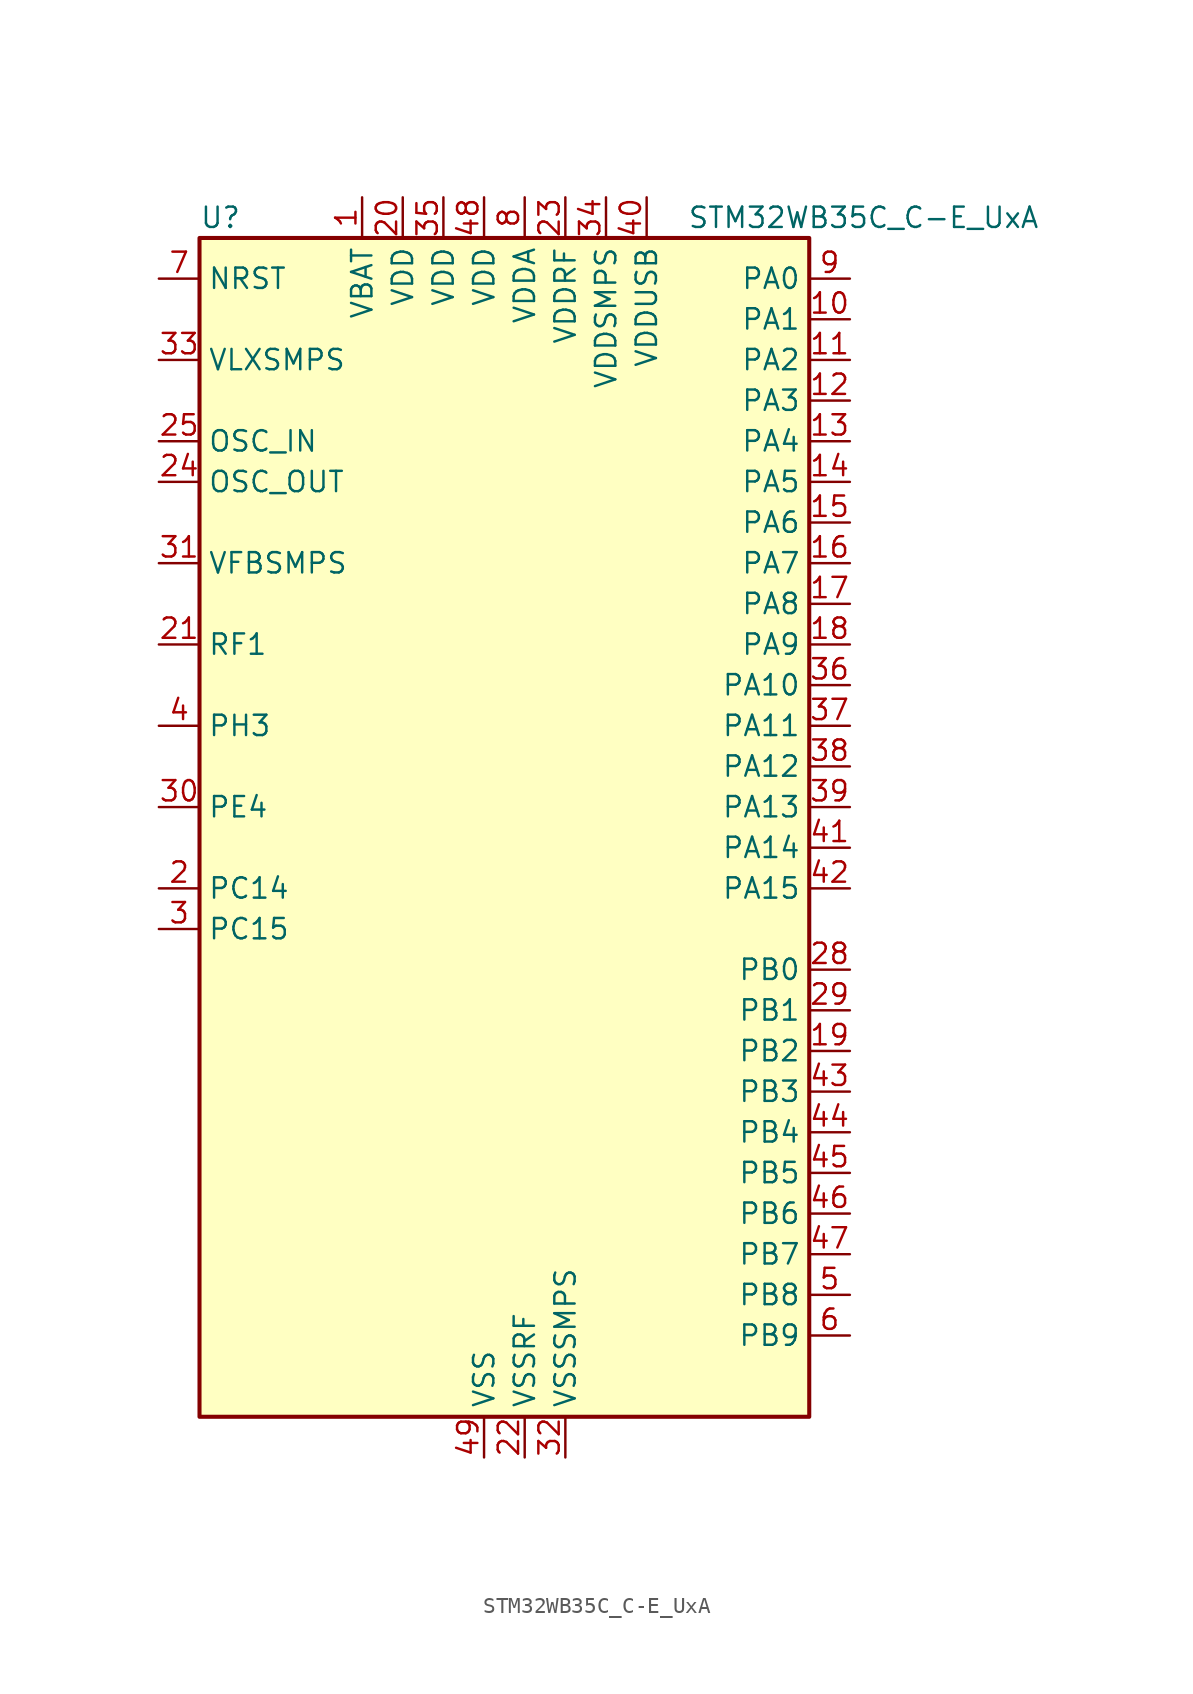
<source format=kicad_sym>
(kicad_symbol_lib
  (version 20220914)
  (generator kicad_symbol_editor)
  (symbol "STM32WB35C_C-E_UxA"
    (property "Reference" "U"
      (at -17.78 39.37 0)
      (effects (font (size 1.27 1.27)) (justify left)))
    (property "Value" "STM32WB35C_C-E_UxA"
      (at 12.7 39.37 0)
      (effects (font (size 1.27 1.27)) (justify left)))
    (property "ki_locked" ""
      (at 0 0 0)
      (effects (font (size 1.27 1.27))))
    (symbol "STM32WB35C_C-E_UxA_0_1"
      (rectangle (start -17.78 -35.56) (end 20.32 38.1) (stroke (width 0.254) (type default)) (fill (type background))))
    (symbol "STM32WB35C_C-E_UxA_1_1"
      (pin power_in line (at -7.62 40.64 270) (length 2.54) (name "VBAT" (effects (font (size 1.27 1.27)))) (number "1" (effects (font (size 1.27 1.27)))))
      (pin bidirectional line (at 22.86 33.02 180) (length 2.54) (name "PA1" (effects (font (size 1.27 1.27)))) (number "10" (effects (font (size 1.27 1.27)))) (alternate "ADC1_IN6" bidirectional line) (alternate "COMP1_INP" bidirectional line) (alternate "I2C1_SMBA" bidirectional line) (alternate "SPI1_SCK" bidirectional line) (alternate "TIM2_CH2" bidirectional line))
      (pin bidirectional line (at 22.86 30.48 180) (length 2.54) (name "PA2" (effects (font (size 1.27 1.27)))) (number "11" (effects (font (size 1.27 1.27)))) (alternate "ADC1_IN7" bidirectional line) (alternate "COMP2_INM" bidirectional line) (alternate "COMP2_OUT" bidirectional line) (alternate "LPUART1_TX" bidirectional line) (alternate "QUADSPI_BK1_NCS" bidirectional line) (alternate "RCC_LSCO" bidirectional line) (alternate "SYS_WKUP4" bidirectional line) (alternate "TIM2_CH3" bidirectional line))
      (pin bidirectional line (at 22.86 27.94 180) (length 2.54) (name "PA3" (effects (font (size 1.27 1.27)))) (number "12" (effects (font (size 1.27 1.27)))) (alternate "ADC1_IN8" bidirectional line) (alternate "COMP2_INP" bidirectional line) (alternate "LPUART1_RX" bidirectional line) (alternate "QUADSPI_CLK" bidirectional line) (alternate "SAI1_CK1" bidirectional line) (alternate "SAI1_MCLK_A" bidirectional line) (alternate "TIM2_CH4" bidirectional line))
      (pin bidirectional line (at 22.86 25.4 180) (length 2.54) (name "PA4" (effects (font (size 1.27 1.27)))) (number "13" (effects (font (size 1.27 1.27)))) (alternate "ADC1_IN9" bidirectional line) (alternate "COMP1_INM" bidirectional line) (alternate "COMP2_INM" bidirectional line) (alternate "LPTIM2_OUT" bidirectional line) (alternate "SAI1_FS_B" bidirectional line) (alternate "SPI1_NSS" bidirectional line))
      (pin bidirectional line (at 22.86 22.86 180) (length 2.54) (name "PA5" (effects (font (size 1.27 1.27)))) (number "14" (effects (font (size 1.27 1.27)))) (alternate "ADC1_IN10" bidirectional line) (alternate "COMP1_INM" bidirectional line) (alternate "COMP2_INM" bidirectional line) (alternate "LPTIM2_ETR" bidirectional line) (alternate "SAI1_SD_B" bidirectional line) (alternate "SPI1_SCK" bidirectional line) (alternate "TIM2_CH1" bidirectional line) (alternate "TIM2_ETR" bidirectional line))
      (pin bidirectional line (at 22.86 20.32 180) (length 2.54) (name "PA6" (effects (font (size 1.27 1.27)))) (number "15" (effects (font (size 1.27 1.27)))) (alternate "ADC1_IN11" bidirectional line) (alternate "LPUART1_CTS" bidirectional line) (alternate "QUADSPI_BK1_IO3" bidirectional line) (alternate "SPI1_MISO" bidirectional line) (alternate "TIM16_CH1" bidirectional line) (alternate "TIM1_BKIN" bidirectional line))
      (pin bidirectional line (at 22.86 17.78 180) (length 2.54) (name "PA7" (effects (font (size 1.27 1.27)))) (number "16" (effects (font (size 1.27 1.27)))) (alternate "ADC1_IN12" bidirectional line) (alternate "COMP2_OUT" bidirectional line) (alternate "I2C3_SCL" bidirectional line) (alternate "QUADSPI_BK1_IO2" bidirectional line) (alternate "SPI1_MOSI" bidirectional line) (alternate "TIM17_CH1" bidirectional line) (alternate "TIM1_CH1N" bidirectional line))
      (pin bidirectional line (at 22.86 15.24 180) (length 2.54) (name "PA8" (effects (font (size 1.27 1.27)))) (number "17" (effects (font (size 1.27 1.27)))) (alternate "ADC1_IN15" bidirectional line) (alternate "LPTIM2_OUT" bidirectional line) (alternate "RCC_MCO" bidirectional line) (alternate "SAI1_CK2" bidirectional line) (alternate "SAI1_SCK_A" bidirectional line) (alternate "TIM1_CH1" bidirectional line) (alternate "USART1_CK" bidirectional line))
      (pin bidirectional line (at 22.86 12.7 180) (length 2.54) (name "PA9" (effects (font (size 1.27 1.27)))) (number "18" (effects (font (size 1.27 1.27)))) (alternate "ADC1_IN16" bidirectional line) (alternate "COMP1_INM" bidirectional line) (alternate "I2C1_SCL" bidirectional line) (alternate "SAI1_D2" bidirectional line) (alternate "SAI1_FS_A" bidirectional line) (alternate "TIM1_CH2" bidirectional line) (alternate "USART1_TX" bidirectional line))
      (pin bidirectional line (at 22.86 -12.7 180) (length 2.54) (name "PB2" (effects (font (size 1.27 1.27)))) (number "19" (effects (font (size 1.27 1.27)))) (alternate "COMP1_INP" bidirectional line) (alternate "I2C3_SMBA" bidirectional line) (alternate "LPTIM1_OUT" bidirectional line) (alternate "RTC_OUT2" bidirectional line) (alternate "SAI1_EXTCLK" bidirectional line) (alternate "SPI1_NSS" bidirectional line))
      (pin bidirectional line (at -20.32 -2.54 0) (length 2.54) (name "PC14" (effects (font (size 1.27 1.27)))) (number "2" (effects (font (size 1.27 1.27)))) (alternate "RCC_OSC32_IN" bidirectional line))
      (pin power_in line (at -5.08 40.64 270) (length 2.54) (name "VDD" (effects (font (size 1.27 1.27)))) (number "20" (effects (font (size 1.27 1.27)))))
      (pin bidirectional line (at -20.32 12.7 0) (length 2.54) (name "RF1" (effects (font (size 1.27 1.27)))) (number "21" (effects (font (size 1.27 1.27)))) (alternate "RF_RF1" bidirectional line))
      (pin power_in line (at 2.54 -38.1 90) (length 2.54) (name "VSSRF" (effects (font (size 1.27 1.27)))) (number "22" (effects (font (size 1.27 1.27)))))
      (pin power_in line (at 5.08 40.64 270) (length 2.54) (name "VDDRF" (effects (font (size 1.27 1.27)))) (number "23" (effects (font (size 1.27 1.27)))))
      (pin input line (at -20.32 22.86 0) (length 2.54) (name "OSC_OUT" (effects (font (size 1.27 1.27)))) (number "24" (effects (font (size 1.27 1.27)))) (alternate "RCC_OSC_OUT" bidirectional line))
      (pin input line (at -20.32 25.4 0) (length 2.54) (name "OSC_IN" (effects (font (size 1.27 1.27)))) (number "25" (effects (font (size 1.27 1.27)))) (alternate "RCC_OSC_IN" bidirectional line))
      (pin no_connect line (at -17.78 -35.56 0) (length 2.54) hide (name "AT0" (effects (font (size 1.27 1.27)))) (number "26" (effects (font (size 1.27 1.27)))))
      (pin no_connect line (at -17.78 -33.02 0) (length 2.54) hide (name "AT1" (effects (font (size 1.27 1.27)))) (number "27" (effects (font (size 1.27 1.27)))))
      (pin bidirectional line (at 22.86 -7.62 180) (length 2.54) (name "PB0" (effects (font (size 1.27 1.27)))) (number "28" (effects (font (size 1.27 1.27)))) (alternate "COMP1_OUT" bidirectional line) (alternate "RF_TX_MOD_EXT_PA" bidirectional line))
      (pin bidirectional line (at 22.86 -10.16 180) (length 2.54) (name "PB1" (effects (font (size 1.27 1.27)))) (number "29" (effects (font (size 1.27 1.27)))) (alternate "LPTIM2_IN1" bidirectional line) (alternate "LPUART1_DE" bidirectional line) (alternate "LPUART1_RTS" bidirectional line))
      (pin bidirectional line (at -20.32 -5.08 0) (length 2.54) (name "PC15" (effects (font (size 1.27 1.27)))) (number "3" (effects (font (size 1.27 1.27)))) (alternate "ADC1_EXTI15" bidirectional line) (alternate "RCC_OSC32_OUT" bidirectional line))
      (pin bidirectional line (at -20.32 2.54 0) (length 2.54) (name "PE4" (effects (font (size 1.27 1.27)))) (number "30" (effects (font (size 1.27 1.27)))))
      (pin input line (at -20.32 17.78 0) (length 2.54) (name "VFBSMPS" (effects (font (size 1.27 1.27)))) (number "31" (effects (font (size 1.27 1.27)))))
      (pin power_in line (at 5.08 -38.1 90) (length 2.54) (name "VSSSMPS" (effects (font (size 1.27 1.27)))) (number "32" (effects (font (size 1.27 1.27)))))
      (pin power_in line (at -20.32 30.48 0) (length 2.54) (name "VLXSMPS" (effects (font (size 1.27 1.27)))) (number "33" (effects (font (size 1.27 1.27)))))
      (pin power_in line (at 7.62 40.64 270) (length 2.54) (name "VDDSMPS" (effects (font (size 1.27 1.27)))) (number "34" (effects (font (size 1.27 1.27)))))
      (pin power_in line (at -2.54 40.64 270) (length 2.54) (name "VDD" (effects (font (size 1.27 1.27)))) (number "35" (effects (font (size 1.27 1.27)))))
      (pin bidirectional line (at 22.86 10.16 180) (length 2.54) (name "PA10" (effects (font (size 1.27 1.27)))) (number "36" (effects (font (size 1.27 1.27)))) (alternate "CRS_SYNC" bidirectional line) (alternate "I2C1_SDA" bidirectional line) (alternate "SAI1_D1" bidirectional line) (alternate "SAI1_SD_A" bidirectional line) (alternate "TIM17_BKIN" bidirectional line) (alternate "TIM1_CH3" bidirectional line) (alternate "USART1_RX" bidirectional line))
      (pin bidirectional line (at 22.86 7.62 180) (length 2.54) (name "PA11" (effects (font (size 1.27 1.27)))) (number "37" (effects (font (size 1.27 1.27)))) (alternate "ADC1_EXTI11" bidirectional line) (alternate "SPI1_MISO" bidirectional line) (alternate "TIM1_BKIN2" bidirectional line) (alternate "TIM1_CH4" bidirectional line) (alternate "USART1_CTS" bidirectional line) (alternate "USART1_NSS" bidirectional line) (alternate "USB_DM" bidirectional line))
      (pin bidirectional line (at 22.86 5.08 180) (length 2.54) (name "PA12" (effects (font (size 1.27 1.27)))) (number "38" (effects (font (size 1.27 1.27)))) (alternate "LPUART1_RX" bidirectional line) (alternate "SPI1_MOSI" bidirectional line) (alternate "TIM1_ETR" bidirectional line) (alternate "USART1_DE" bidirectional line) (alternate "USART1_RTS" bidirectional line) (alternate "USB_DP" bidirectional line))
      (pin bidirectional line (at 22.86 2.54 180) (length 2.54) (name "PA13" (effects (font (size 1.27 1.27)))) (number "39" (effects (font (size 1.27 1.27)))) (alternate "IR_OUT" bidirectional line) (alternate "SAI1_SD_B" bidirectional line) (alternate "SYS_JTMS-SWDIO" bidirectional line) (alternate "USB_NOE" bidirectional line))
      (pin bidirectional line (at -20.32 7.62 0) (length 2.54) (name "PH3" (effects (font (size 1.27 1.27)))) (number "4" (effects (font (size 1.27 1.27)))) (alternate "RCC_LSCO" bidirectional line))
      (pin power_in line (at 10.16 40.64 270) (length 2.54) (name "VDDUSB" (effects (font (size 1.27 1.27)))) (number "40" (effects (font (size 1.27 1.27)))))
      (pin bidirectional line (at 22.86 0 180) (length 2.54) (name "PA14" (effects (font (size 1.27 1.27)))) (number "41" (effects (font (size 1.27 1.27)))) (alternate "I2C1_SMBA" bidirectional line) (alternate "LPTIM1_OUT" bidirectional line) (alternate "SAI1_FS_B" bidirectional line) (alternate "SYS_JTCK-SWCLK" bidirectional line))
      (pin bidirectional line (at 22.86 -2.54 180) (length 2.54) (name "PA15" (effects (font (size 1.27 1.27)))) (number "42" (effects (font (size 1.27 1.27)))) (alternate "ADC1_EXTI15" bidirectional line) (alternate "RCC_MCO" bidirectional line) (alternate "SPI1_NSS" bidirectional line) (alternate "SYS_JTDI" bidirectional line) (alternate "TIM2_CH1" bidirectional line) (alternate "TIM2_ETR" bidirectional line))
      (pin bidirectional line (at 22.86 -15.24 180) (length 2.54) (name "PB3" (effects (font (size 1.27 1.27)))) (number "43" (effects (font (size 1.27 1.27)))) (alternate "COMP2_INM" bidirectional line) (alternate "SAI1_SCK_B" bidirectional line) (alternate "SPI1_SCK" bidirectional line) (alternate "SYS_JTDO-SWO" bidirectional line) (alternate "TIM2_CH2" bidirectional line) (alternate "USART1_DE" bidirectional line) (alternate "USART1_RTS" bidirectional line))
      (pin bidirectional line (at 22.86 -17.78 180) (length 2.54) (name "PB4" (effects (font (size 1.27 1.27)))) (number "44" (effects (font (size 1.27 1.27)))) (alternate "COMP2_INP" bidirectional line) (alternate "I2C3_SDA" bidirectional line) (alternate "SAI1_MCLK_B" bidirectional line) (alternate "SPI1_MISO" bidirectional line) (alternate "SYS_JTRST" bidirectional line) (alternate "TIM17_BKIN" bidirectional line) (alternate "USART1_CTS" bidirectional line) (alternate "USART1_NSS" bidirectional line))
      (pin bidirectional line (at 22.86 -20.32 180) (length 2.54) (name "PB5" (effects (font (size 1.27 1.27)))) (number "45" (effects (font (size 1.27 1.27)))) (alternate "COMP2_OUT" bidirectional line) (alternate "I2C1_SMBA" bidirectional line) (alternate "LPTIM1_IN1" bidirectional line) (alternate "LPUART1_TX" bidirectional line) (alternate "SAI1_SD_B" bidirectional line) (alternate "SPI1_MOSI" bidirectional line) (alternate "TIM16_BKIN" bidirectional line) (alternate "USART1_CK" bidirectional line))
      (pin bidirectional line (at 22.86 -22.86 180) (length 2.54) (name "PB6" (effects (font (size 1.27 1.27)))) (number "46" (effects (font (size 1.27 1.27)))) (alternate "COMP2_INP" bidirectional line) (alternate "I2C1_SCL" bidirectional line) (alternate "LPTIM1_ETR" bidirectional line) (alternate "RCC_MCO" bidirectional line) (alternate "SAI1_FS_B" bidirectional line) (alternate "TIM16_CH1N" bidirectional line) (alternate "USART1_TX" bidirectional line))
      (pin bidirectional line (at 22.86 -25.4 180) (length 2.54) (name "PB7" (effects (font (size 1.27 1.27)))) (number "47" (effects (font (size 1.27 1.27)))) (alternate "COMP2_INM" bidirectional line) (alternate "I2C1_SDA" bidirectional line) (alternate "LPTIM1_IN2" bidirectional line) (alternate "SYS_PVD_IN" bidirectional line) (alternate "TIM17_CH1N" bidirectional line) (alternate "TIM1_BKIN" bidirectional line) (alternate "USART1_RX" bidirectional line))
      (pin power_in line (at 0 40.64 270) (length 2.54) (name "VDD" (effects (font (size 1.27 1.27)))) (number "48" (effects (font (size 1.27 1.27)))))
      (pin power_in line (at 0 -38.1 90) (length 2.54) (name "VSS" (effects (font (size 1.27 1.27)))) (number "49" (effects (font (size 1.27 1.27)))))
      (pin bidirectional line (at 22.86 -27.94 180) (length 2.54) (name "PB8" (effects (font (size 1.27 1.27)))) (number "5" (effects (font (size 1.27 1.27)))) (alternate "I2C1_SCL" bidirectional line) (alternate "QUADSPI_BK1_IO1" bidirectional line) (alternate "SAI1_CK1" bidirectional line) (alternate "SAI1_MCLK_A" bidirectional line) (alternate "TIM16_CH1" bidirectional line) (alternate "TIM1_CH2N" bidirectional line))
      (pin bidirectional line (at 22.86 -30.48 180) (length 2.54) (name "PB9" (effects (font (size 1.27 1.27)))) (number "6" (effects (font (size 1.27 1.27)))) (alternate "I2C1_SDA" bidirectional line) (alternate "IR_OUT" bidirectional line) (alternate "QUADSPI_BK1_IO0" bidirectional line) (alternate "SAI1_D2" bidirectional line) (alternate "SAI1_FS_A" bidirectional line) (alternate "TIM17_CH1" bidirectional line) (alternate "TIM1_CH3N" bidirectional line))
      (pin input line (at -20.32 35.56 0) (length 2.54) (name "NRST" (effects (font (size 1.27 1.27)))) (number "7" (effects (font (size 1.27 1.27)))))
      (pin power_in line (at 2.54 40.64 270) (length 2.54) (name "VDDA" (effects (font (size 1.27 1.27)))) (number "8" (effects (font (size 1.27 1.27)))))
      (pin bidirectional line (at 22.86 35.56 180) (length 2.54) (name "PA0" (effects (font (size 1.27 1.27)))) (number "9" (effects (font (size 1.27 1.27)))) (alternate "ADC1_IN5" bidirectional line) (alternate "COMP1_INM" bidirectional line) (alternate "COMP1_OUT" bidirectional line) (alternate "RTC_TAMP2" bidirectional line) (alternate "SAI1_EXTCLK" bidirectional line) (alternate "SYS_WKUP1" bidirectional line) (alternate "TIM2_CH1" bidirectional line) (alternate "TIM2_ETR" bidirectional line)))))
</source>
